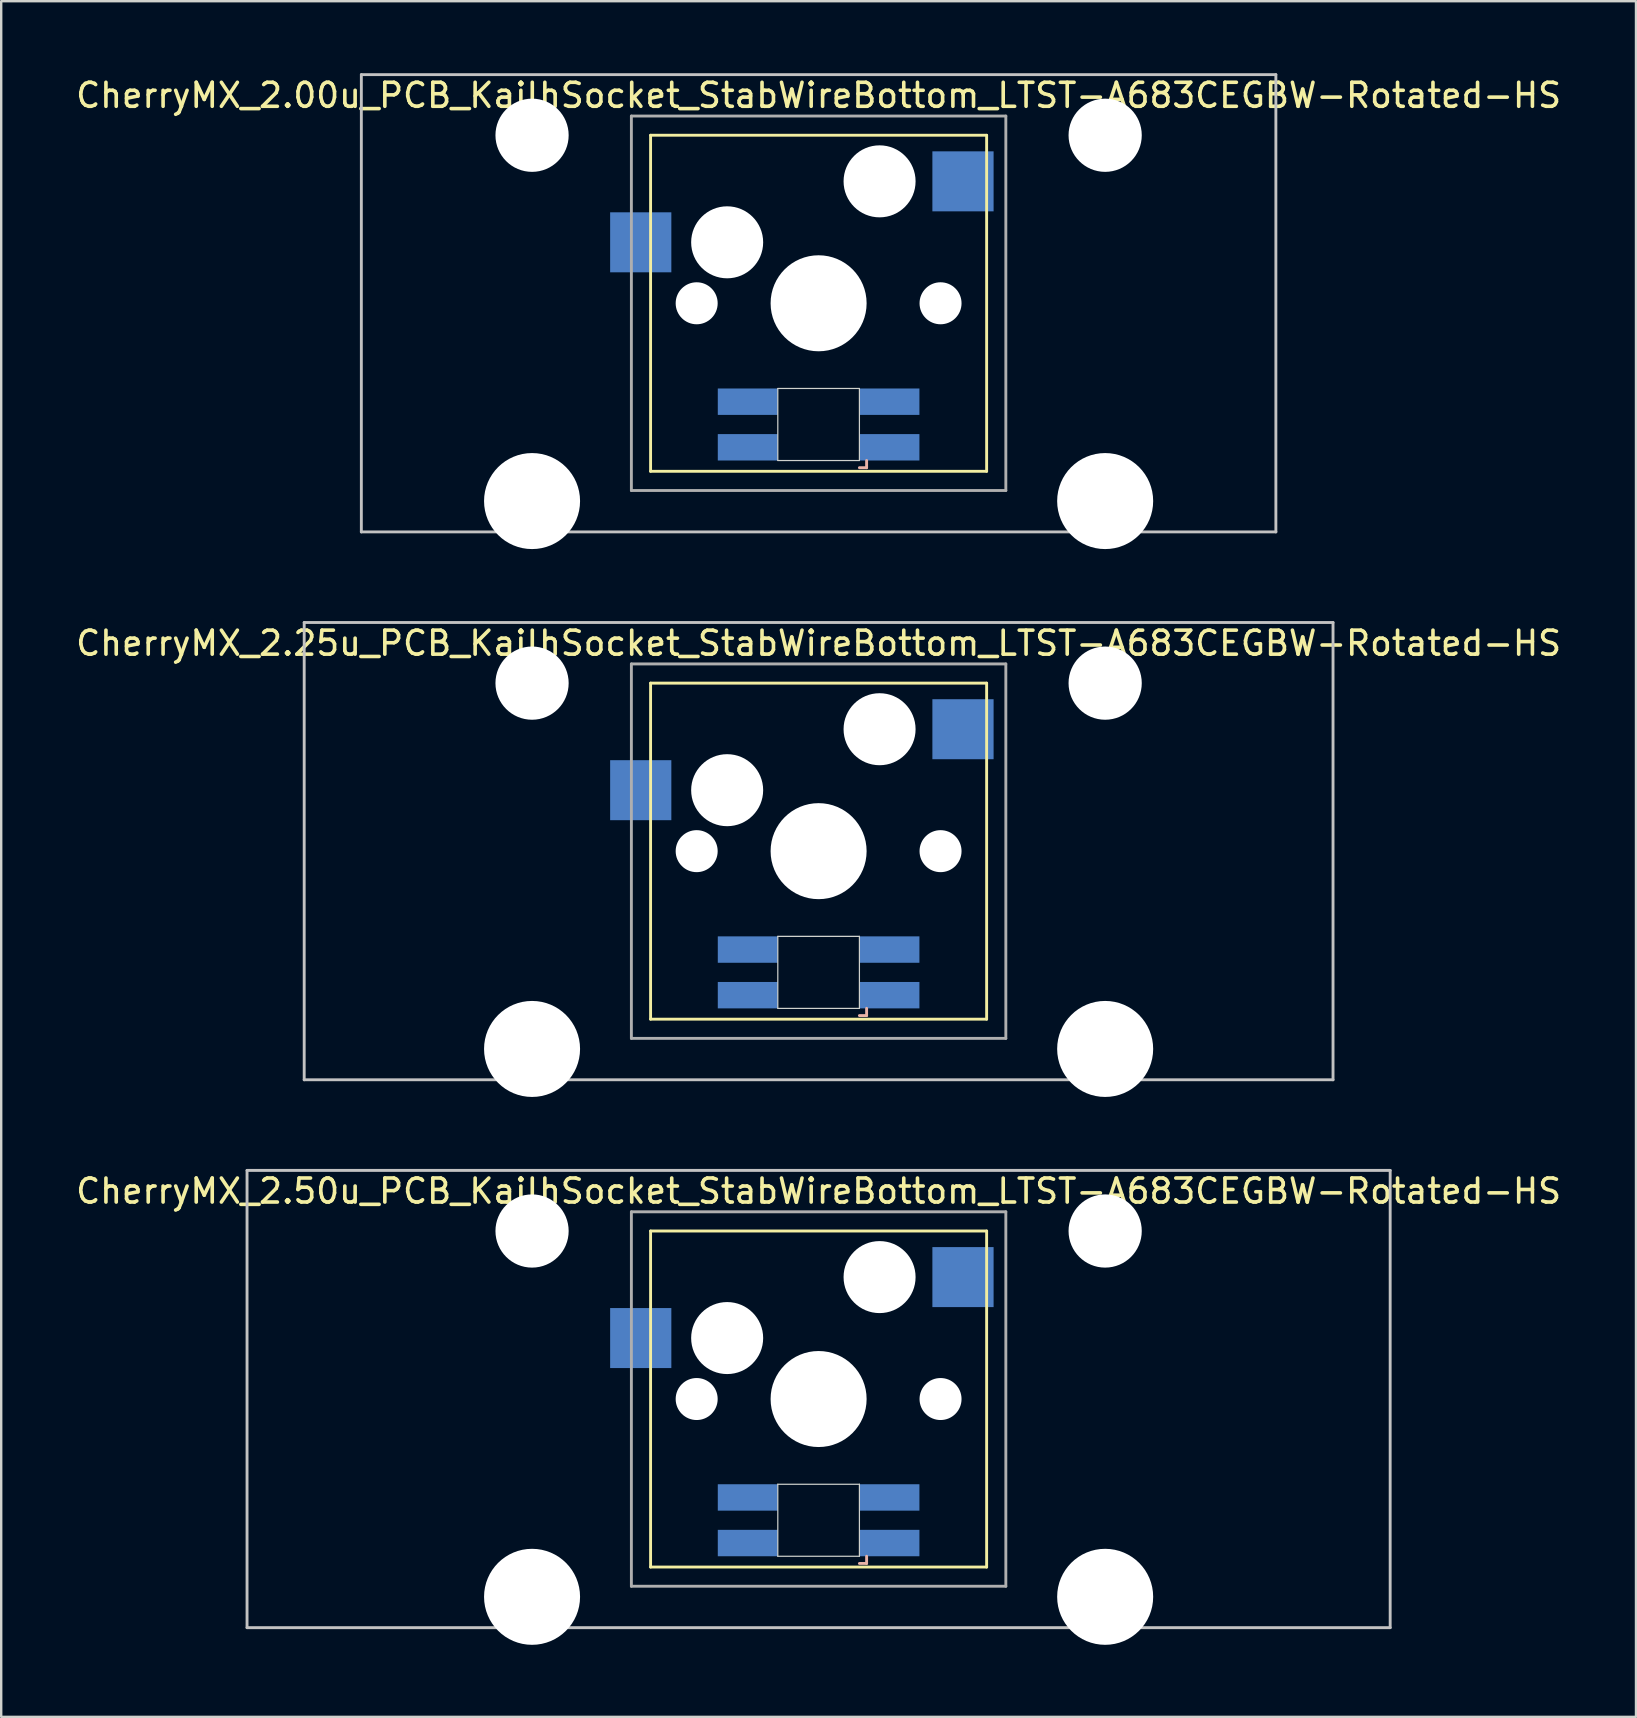
<source format=kicad_pcb>
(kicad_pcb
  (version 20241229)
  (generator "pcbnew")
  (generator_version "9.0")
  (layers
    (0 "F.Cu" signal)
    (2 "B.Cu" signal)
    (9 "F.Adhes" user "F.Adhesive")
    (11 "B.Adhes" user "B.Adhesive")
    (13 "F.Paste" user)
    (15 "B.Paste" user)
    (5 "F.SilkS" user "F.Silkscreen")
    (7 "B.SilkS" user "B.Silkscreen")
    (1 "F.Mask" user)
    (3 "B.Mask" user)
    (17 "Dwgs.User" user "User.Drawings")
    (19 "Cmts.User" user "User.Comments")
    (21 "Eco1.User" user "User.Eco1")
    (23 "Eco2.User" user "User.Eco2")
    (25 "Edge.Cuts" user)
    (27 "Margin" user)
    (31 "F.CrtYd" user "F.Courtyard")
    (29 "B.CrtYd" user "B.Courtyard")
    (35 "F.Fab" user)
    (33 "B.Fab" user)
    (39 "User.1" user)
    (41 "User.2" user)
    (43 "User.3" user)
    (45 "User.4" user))
  (footprint "CherryMX_2.25u_PCB_KailhSocket_StabWireBottom_LTST-A683CEGBW-Rotated-HS"
    (layer "F.Cu")
    (at 31.054 32.41)
    (property "Reference" "CherryMX_2.25u_PCB_KailhSocket_StabWireBottom_LTST-A683CEGBW-Rotated-HS" (at 0 -8.662 0) (layer "F.SilkS") (effects (font (size 1 1) (thickness 0.15))))
    (attr through_hole)
    (fp_line (start -7 -7) (end -7 7) (stroke (width 0.12) (type solid)) (layer "F.SilkS"))
    (fp_line (start -7 -7) (end 7 -7) (stroke (width 0.12) (type solid)) (layer "F.SilkS"))
    (fp_line (start 7 -7) (end 7 7) (stroke (width 0.12) (type solid)) (layer "F.SilkS"))
    (fp_line (start 7 7) (end -7 7) (stroke (width 0.12) (type solid)) (layer "F.SilkS"))
    (fp_line (start 1.7 6.85) (end 2 6.85) (stroke (width 0.12) (type solid)) (layer "B.SilkS"))
    (fp_line (start 2 6.85) (end 2 6.55) (stroke (width 0.12) (type solid)) (layer "B.SilkS"))
    (fp_line (start -21.431 -9.525) (end 21.431 -9.525) (stroke (width 0.12) (type solid)) (layer "Dwgs.User"))
    (fp_line (start -21.431 9.525) (end -21.431 -9.525) (stroke (width 0.12) (type solid)) (layer "Dwgs.User"))
    (fp_line (start 21.431 -9.525) (end 21.431 9.525) (stroke (width 0.12) (type solid)) (layer "Dwgs.User"))
    (fp_line (start 21.431 9.525) (end -21.431 9.525) (stroke (width 0.12) (type solid)) (layer "Dwgs.User"))
    (fp_line (start -1.7 3.55) (end 1.7 3.55) (stroke (width 0.05) (type solid)) (layer "Edge.Cuts"))
    (fp_line (start -1.7 6.55) (end -1.7 3.55) (stroke (width 0.05) (type solid)) (layer "Edge.Cuts"))
    (fp_line (start 1.7 3.55) (end 1.7 6.55) (stroke (width 0.05) (type solid)) (layer "Edge.Cuts"))
    (fp_line (start 1.7 6.55) (end -1.7 6.55) (stroke (width 0.05) (type solid)) (layer "Edge.Cuts"))
    (fp_line (start -7.8 -7.8) (end -7.8 7.8) (stroke (width 0.12) (type solid)) (layer "F.Fab"))
    (fp_line (start -7.8 -7.8) (end 7.8 -7.8) (stroke (width 0.12) (type solid)) (layer "F.Fab"))
    (fp_line (start -7.8 7.8) (end 7.8 7.8) (stroke (width 0.12) (type solid)) (layer "F.Fab"))
    (fp_line (start 7.8 -7.8) (end 7.8 7.8) (stroke (width 0.12) (type solid)) (layer "F.Fab"))
    (pad "" np_thru_hole circle (at -11.938 -7) (size 3.05 3.05) (drill 3.05) (layers "*.Cu" "*.Mask"))
    (pad "" np_thru_hole circle (at -11.938 8.24) (size 4 4) (drill 4) (layers "*.Cu" "*.Mask"))
    (pad "" np_thru_hole circle (at -5.08 0) (size 1.75 1.75) (drill 1.75) (layers "*.Cu" "*.Mask"))
    (pad "" np_thru_hole circle (at -3.81 -2.54) (size 3 3) (drill 3) (layers "*.Cu" "*.Mask"))
    (pad "" np_thru_hole circle (at 0 0) (size 4 4) (drill 4) (layers "*.Cu" "*.Mask"))
    (pad "" np_thru_hole circle (at 2.54 -5.08) (size 3 3) (drill 3) (layers "*.Cu" "*.Mask"))
    (pad "" np_thru_hole circle (at 5.08 0) (size 1.75 1.75) (drill 1.75) (layers "*.Cu" "*.Mask"))
    (pad "" np_thru_hole circle (at 11.938 -7) (size 3.05 3.05) (drill 3.05) (layers "*.Cu" "*.Mask"))
    (pad "" np_thru_hole circle (at 11.938 8.24) (size 4 4) (drill 4) (layers "*.Cu" "*.Mask"))
    (pad "1" smd rect (at -7.41 -2.54) (size 2.55 2.5) (layers "B.Cu" "B.Mask" "B.Paste"))
    (pad "2" smd rect (at 6.015 -5.08) (size 2.55 2.5) (layers "B.Cu" "B.Mask" "B.Paste"))
    (pad "3" smd rect (at 2.95 6) (size 2.5 1.1) (layers "B.Cu" "B.Mask" "B.Paste"))
    (pad "4" smd rect (at 2.95 4.1) (size 2.5 1.1) (layers "B.Cu" "B.Mask" "B.Paste"))
    (pad "5" smd rect (at -2.95 6) (size 2.5 1.1) (layers "B.Cu" "B.Mask" "B.Paste"))
    (pad "6" smd rect (at -2.95 4.1) (size 2.5 1.1) (layers "B.Cu" "B.Mask" "B.Paste")))
  (footprint "CherryMX_2.50u_PCB_KailhSocket_StabWireBottom_LTST-A683CEGBW-Rotated-HS"
    (layer "F.Cu")
    (at 31.054 55.235)
    (property "Reference" "CherryMX_2.50u_PCB_KailhSocket_StabWireBottom_LTST-A683CEGBW-Rotated-HS" (at 0 -8.662 0) (layer "F.SilkS") (effects (font (size 1 1) (thickness 0.15))))
    (attr through_hole)
    (fp_line (start -7 -7) (end -7 7) (stroke (width 0.12) (type solid)) (layer "F.SilkS"))
    (fp_line (start -7 -7) (end 7 -7) (stroke (width 0.12) (type solid)) (layer "F.SilkS"))
    (fp_line (start 7 -7) (end 7 7) (stroke (width 0.12) (type solid)) (layer "F.SilkS"))
    (fp_line (start 7 7) (end -7 7) (stroke (width 0.12) (type solid)) (layer "F.SilkS"))
    (fp_line (start 1.7 6.85) (end 2 6.85) (stroke (width 0.12) (type solid)) (layer "B.SilkS"))
    (fp_line (start 2 6.85) (end 2 6.55) (stroke (width 0.12) (type solid)) (layer "B.SilkS"))
    (fp_line (start -23.812 -9.525) (end 23.812 -9.525) (stroke (width 0.12) (type solid)) (layer "Dwgs.User"))
    (fp_line (start -23.812 9.525) (end -23.812 -9.525) (stroke (width 0.12) (type solid)) (layer "Dwgs.User"))
    (fp_line (start 23.812 -9.525) (end 23.812 9.525) (stroke (width 0.12) (type solid)) (layer "Dwgs.User"))
    (fp_line (start 23.812 9.525) (end -23.812 9.525) (stroke (width 0.12) (type solid)) (layer "Dwgs.User"))
    (fp_line (start -1.7 3.55) (end 1.7 3.55) (stroke (width 0.05) (type solid)) (layer "Edge.Cuts"))
    (fp_line (start -1.7 6.55) (end -1.7 3.55) (stroke (width 0.05) (type solid)) (layer "Edge.Cuts"))
    (fp_line (start 1.7 3.55) (end 1.7 6.55) (stroke (width 0.05) (type solid)) (layer "Edge.Cuts"))
    (fp_line (start 1.7 6.55) (end -1.7 6.55) (stroke (width 0.05) (type solid)) (layer "Edge.Cuts"))
    (fp_line (start -7.8 -7.8) (end -7.8 7.8) (stroke (width 0.12) (type solid)) (layer "F.Fab"))
    (fp_line (start -7.8 -7.8) (end 7.8 -7.8) (stroke (width 0.12) (type solid)) (layer "F.Fab"))
    (fp_line (start -7.8 7.8) (end 7.8 7.8) (stroke (width 0.12) (type solid)) (layer "F.Fab"))
    (fp_line (start 7.8 -7.8) (end 7.8 7.8) (stroke (width 0.12) (type solid)) (layer "F.Fab"))
    (pad "" np_thru_hole circle (at -11.938 -7) (size 3.05 3.05) (drill 3.05) (layers "*.Cu" "*.Mask"))
    (pad "" np_thru_hole circle (at -11.938 8.24) (size 4 4) (drill 4) (layers "*.Cu" "*.Mask"))
    (pad "" np_thru_hole circle (at -5.08 0) (size 1.75 1.75) (drill 1.75) (layers "*.Cu" "*.Mask"))
    (pad "" np_thru_hole circle (at -3.81 -2.54) (size 3 3) (drill 3) (layers "*.Cu" "*.Mask"))
    (pad "" np_thru_hole circle (at 0 0) (size 4 4) (drill 4) (layers "*.Cu" "*.Mask"))
    (pad "" np_thru_hole circle (at 2.54 -5.08) (size 3 3) (drill 3) (layers "*.Cu" "*.Mask"))
    (pad "" np_thru_hole circle (at 5.08 0) (size 1.75 1.75) (drill 1.75) (layers "*.Cu" "*.Mask"))
    (pad "" np_thru_hole circle (at 11.938 -7) (size 3.05 3.05) (drill 3.05) (layers "*.Cu" "*.Mask"))
    (pad "" np_thru_hole circle (at 11.938 8.24) (size 4 4) (drill 4) (layers "*.Cu" "*.Mask"))
    (pad "1" smd rect (at -7.41 -2.54) (size 2.55 2.5) (layers "B.Cu" "B.Mask" "B.Paste"))
    (pad "2" smd rect (at 6.015 -5.08) (size 2.55 2.5) (layers "B.Cu" "B.Mask" "B.Paste"))
    (pad "3" smd rect (at 2.95 6) (size 2.5 1.1) (layers "B.Cu" "B.Mask" "B.Paste"))
    (pad "4" smd rect (at 2.95 4.1) (size 2.5 1.1) (layers "B.Cu" "B.Mask" "B.Paste"))
    (pad "5" smd rect (at -2.95 6) (size 2.5 1.1) (layers "B.Cu" "B.Mask" "B.Paste"))
    (pad "6" smd rect (at -2.95 4.1) (size 2.5 1.1) (layers "B.Cu" "B.Mask" "B.Paste")))
  (footprint "CherryMX_2.00u_PCB_KailhSocket_StabWireBottom_LTST-A683CEGBW-Rotated-HS"
    (layer "F.Cu")
    (at 31.054 9.585)
    (property "Reference" "CherryMX_2.00u_PCB_KailhSocket_StabWireBottom_LTST-A683CEGBW-Rotated-HS" (at 0 -8.662 0) (layer "F.SilkS") (effects (font (size 1 1) (thickness 0.15))))
    (attr through_hole)
    (fp_line (start -7 -7) (end -7 7) (stroke (width 0.12) (type solid)) (layer "F.SilkS"))
    (fp_line (start -7 -7) (end 7 -7) (stroke (width 0.12) (type solid)) (layer "F.SilkS"))
    (fp_line (start 7 -7) (end 7 7) (stroke (width 0.12) (type solid)) (layer "F.SilkS"))
    (fp_line (start 7 7) (end -7 7) (stroke (width 0.12) (type solid)) (layer "F.SilkS"))
    (fp_line (start 1.7 6.85) (end 2 6.85) (stroke (width 0.12) (type solid)) (layer "B.SilkS"))
    (fp_line (start 2 6.85) (end 2 6.55) (stroke (width 0.12) (type solid)) (layer "B.SilkS"))
    (fp_line (start -19.05 -9.525) (end 19.05 -9.525) (stroke (width 0.12) (type solid)) (layer "Dwgs.User"))
    (fp_line (start -19.05 9.525) (end -19.05 -9.525) (stroke (width 0.12) (type solid)) (layer "Dwgs.User"))
    (fp_line (start 19.05 -9.525) (end 19.05 9.525) (stroke (width 0.12) (type solid)) (layer "Dwgs.User"))
    (fp_line (start 19.05 9.525) (end -19.05 9.525) (stroke (width 0.12) (type solid)) (layer "Dwgs.User"))
    (fp_line (start -1.7 3.55) (end 1.7 3.55) (stroke (width 0.05) (type solid)) (layer "Edge.Cuts"))
    (fp_line (start -1.7 6.55) (end -1.7 3.55) (stroke (width 0.05) (type solid)) (layer "Edge.Cuts"))
    (fp_line (start 1.7 3.55) (end 1.7 6.55) (stroke (width 0.05) (type solid)) (layer "Edge.Cuts"))
    (fp_line (start 1.7 6.55) (end -1.7 6.55) (stroke (width 0.05) (type solid)) (layer "Edge.Cuts"))
    (fp_line (start -7.8 -7.8) (end -7.8 7.8) (stroke (width 0.12) (type solid)) (layer "F.Fab"))
    (fp_line (start -7.8 -7.8) (end 7.8 -7.8) (stroke (width 0.12) (type solid)) (layer "F.Fab"))
    (fp_line (start -7.8 7.8) (end 7.8 7.8) (stroke (width 0.12) (type solid)) (layer "F.Fab"))
    (fp_line (start 7.8 -7.8) (end 7.8 7.8) (stroke (width 0.12) (type solid)) (layer "F.Fab"))
    (pad "" np_thru_hole circle (at -11.938 -7) (size 3.05 3.05) (drill 3.05) (layers "*.Cu" "*.Mask"))
    (pad "" np_thru_hole circle (at -11.938 8.24) (size 4 4) (drill 4) (layers "*.Cu" "*.Mask"))
    (pad "" np_thru_hole circle (at -5.08 0) (size 1.75 1.75) (drill 1.75) (layers "*.Cu" "*.Mask"))
    (pad "" np_thru_hole circle (at -3.81 -2.54) (size 3 3) (drill 3) (layers "*.Cu" "*.Mask"))
    (pad "" np_thru_hole circle (at 0 0) (size 4 4) (drill 4) (layers "*.Cu" "*.Mask"))
    (pad "" np_thru_hole circle (at 2.54 -5.08) (size 3 3) (drill 3) (layers "*.Cu" "*.Mask"))
    (pad "" np_thru_hole circle (at 5.08 0) (size 1.75 1.75) (drill 1.75) (layers "*.Cu" "*.Mask"))
    (pad "" np_thru_hole circle (at 11.938 -7) (size 3.05 3.05) (drill 3.05) (layers "*.Cu" "*.Mask"))
    (pad "" np_thru_hole circle (at 11.938 8.24) (size 4 4) (drill 4) (layers "*.Cu" "*.Mask"))
    (pad "1" smd rect (at -7.41 -2.54) (size 2.55 2.5) (layers "B.Cu" "B.Mask" "B.Paste"))
    (pad "2" smd rect (at 6.015 -5.08) (size 2.55 2.5) (layers "B.Cu" "B.Mask" "B.Paste"))
    (pad "3" smd rect (at 2.95 6) (size 2.5 1.1) (layers "B.Cu" "B.Mask" "B.Paste"))
    (pad "4" smd rect (at 2.95 4.1) (size 2.5 1.1) (layers "B.Cu" "B.Mask" "B.Paste"))
    (pad "5" smd rect (at -2.95 6) (size 2.5 1.1) (layers "B.Cu" "B.Mask" "B.Paste"))
    (pad "6" smd rect (at -2.95 4.1) (size 2.5 1.1) (layers "B.Cu" "B.Mask" "B.Paste")))
  (gr_rect
    (start -3 -3)
    (end 65.107 68.475)
    (stroke (width 0.1) (type default))
    (fill no)
    (layer "Edge.Cuts")))
</source>
